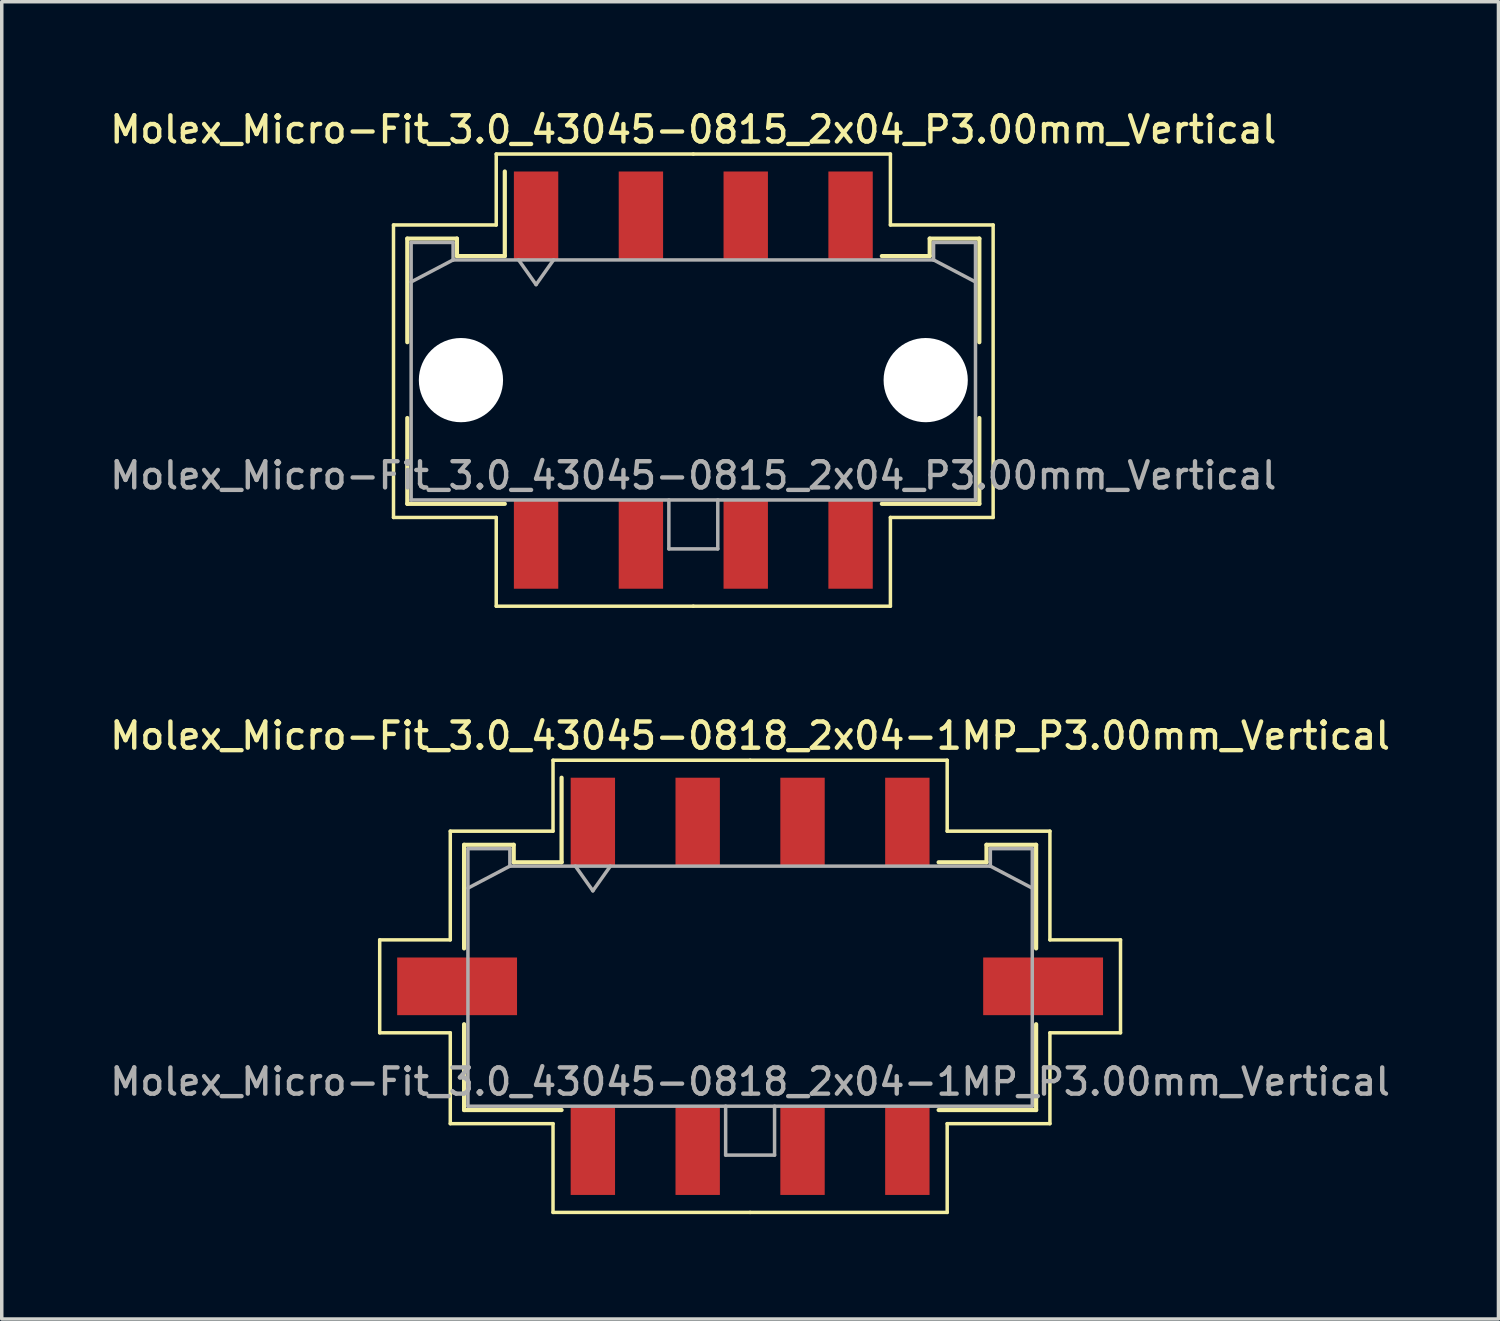
<source format=kicad_pcb>
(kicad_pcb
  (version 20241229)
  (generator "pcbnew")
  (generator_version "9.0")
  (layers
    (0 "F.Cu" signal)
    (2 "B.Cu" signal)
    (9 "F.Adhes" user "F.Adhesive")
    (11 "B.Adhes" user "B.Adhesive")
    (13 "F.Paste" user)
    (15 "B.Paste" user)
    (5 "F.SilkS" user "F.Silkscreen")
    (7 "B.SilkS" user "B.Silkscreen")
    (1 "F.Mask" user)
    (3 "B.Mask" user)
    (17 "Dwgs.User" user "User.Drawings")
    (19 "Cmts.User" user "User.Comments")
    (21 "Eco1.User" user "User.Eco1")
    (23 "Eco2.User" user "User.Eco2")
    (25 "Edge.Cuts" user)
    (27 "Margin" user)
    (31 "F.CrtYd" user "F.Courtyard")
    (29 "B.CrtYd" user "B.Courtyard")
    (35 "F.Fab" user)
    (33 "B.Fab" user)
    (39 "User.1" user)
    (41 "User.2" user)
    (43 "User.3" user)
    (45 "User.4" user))
  (footprint "Molex_Micro-Fit_3.0_43045-0818_2x04-1MP_P3.00mm_Vertical"
    (layer "F.Cu")
    (at 18.416 25.176)
    (property "Reference" "Molex_Micro-Fit_3.0_43045-0818_2x04-1MP_P3.00mm_Vertical" (at 0 -7.17 0) (layer "F.SilkS") (effects (font (size 0.75 0.75) (thickness 0.125))))
    (attr smd)
    (fp_line (start -10.6 -1.33) (end -10.6 1.33) (stroke (width 0.1) (type solid)) (layer "F.SilkS"))
    (fp_line (start -10.6 1.33) (end -8.58 1.33) (stroke (width 0.1) (type solid)) (layer "F.SilkS"))
    (fp_line (start -8.58 -4.44) (end -8.58 -1.33) (stroke (width 0.1) (type solid)) (layer "F.SilkS"))
    (fp_line (start -8.58 -1.33) (end -10.6 -1.33) (stroke (width 0.1) (type solid)) (layer "F.SilkS"))
    (fp_line (start -8.58 1.33) (end -8.58 3.93) (stroke (width 0.1) (type solid)) (layer "F.SilkS"))
    (fp_line (start -8.58 3.93) (end -5.64 3.93) (stroke (width 0.1) (type solid)) (layer "F.SilkS"))
    (fp_line (start -8.185 -4.05) (end -6.765 -4.05) (stroke (width 0.12) (type solid)) (layer "F.SilkS"))
    (fp_line (start -8.185 -1.085) (end -8.185 -4.05) (stroke (width 0.12) (type solid)) (layer "F.SilkS"))
    (fp_line (start -8.185 1.085) (end -8.185 3.54) (stroke (width 0.12) (type solid)) (layer "F.SilkS"))
    (fp_line (start -8.185 3.54) (end -5.395 3.54) (stroke (width 0.12) (type solid)) (layer "F.SilkS"))
    (fp_line (start -6.765 -4.05) (end -6.765 -3.55) (stroke (width 0.12) (type solid)) (layer "F.SilkS"))
    (fp_line (start -6.765 -3.55) (end -5.395 -3.55) (stroke (width 0.12) (type solid)) (layer "F.SilkS"))
    (fp_line (start -5.64 -6.47) (end -5.64 -4.44) (stroke (width 0.1) (type solid)) (layer "F.SilkS"))
    (fp_line (start -5.64 -4.44) (end -8.58 -4.44) (stroke (width 0.1) (type solid)) (layer "F.SilkS"))
    (fp_line (start -5.64 3.93) (end -5.64 6.47) (stroke (width 0.1) (type solid)) (layer "F.SilkS"))
    (fp_line (start -5.64 6.47) (end 0 6.47) (stroke (width 0.1) (type solid)) (layer "F.SilkS"))
    (fp_line (start -5.395 -3.55) (end -5.395 -5.97) (stroke (width 0.12) (type solid)) (layer "F.SilkS"))
    (fp_line (start 0 -6.47) (end -5.64 -6.47) (stroke (width 0.1) (type solid)) (layer "F.SilkS"))
    (fp_line (start 0 -6.47) (end 5.64 -6.47) (stroke (width 0.1) (type solid)) (layer "F.SilkS"))
    (fp_line (start 5.64 -6.47) (end 5.64 -4.44) (stroke (width 0.1) (type solid)) (layer "F.SilkS"))
    (fp_line (start 5.64 -4.44) (end 8.58 -4.44) (stroke (width 0.1) (type solid)) (layer "F.SilkS"))
    (fp_line (start 5.64 3.93) (end 5.64 6.47) (stroke (width 0.1) (type solid)) (layer "F.SilkS"))
    (fp_line (start 5.64 6.47) (end 0 6.47) (stroke (width 0.1) (type solid)) (layer "F.SilkS"))
    (fp_line (start 6.765 -4.05) (end 6.765 -3.55) (stroke (width 0.12) (type solid)) (layer "F.SilkS"))
    (fp_line (start 6.765 -3.55) (end 5.395 -3.55) (stroke (width 0.12) (type solid)) (layer "F.SilkS"))
    (fp_line (start 8.185 -4.05) (end 6.765 -4.05) (stroke (width 0.12) (type solid)) (layer "F.SilkS"))
    (fp_line (start 8.185 -1.085) (end 8.185 -4.05) (stroke (width 0.12) (type solid)) (layer "F.SilkS"))
    (fp_line (start 8.185 1.085) (end 8.185 3.54) (stroke (width 0.12) (type solid)) (layer "F.SilkS"))
    (fp_line (start 8.185 3.54) (end 5.395 3.54) (stroke (width 0.12) (type solid)) (layer "F.SilkS"))
    (fp_line (start 8.58 -4.44) (end 8.58 -1.33) (stroke (width 0.1) (type solid)) (layer "F.SilkS"))
    (fp_line (start 8.58 -1.33) (end 10.6 -1.33) (stroke (width 0.1) (type solid)) (layer "F.SilkS"))
    (fp_line (start 8.58 1.33) (end 8.58 3.93) (stroke (width 0.1) (type solid)) (layer "F.SilkS"))
    (fp_line (start 8.58 3.93) (end 5.64 3.93) (stroke (width 0.1) (type solid)) (layer "F.SilkS"))
    (fp_line (start 10.6 -1.33) (end 10.6 1.33) (stroke (width 0.1) (type solid)) (layer "F.SilkS"))
    (fp_line (start 10.6 1.33) (end 8.58 1.33) (stroke (width 0.1) (type solid)) (layer "F.SilkS"))
    (fp_line (start -8.075 -3.94) (end -8.075 3.43) (stroke (width 0.1) (type solid)) (layer "F.Fab"))
    (fp_line (start -8.075 -2.81) (end -6.875 -3.44) (stroke (width 0.1) (type solid)) (layer "F.Fab"))
    (fp_line (start -8.075 3.43) (end 8.075 3.43) (stroke (width 0.1) (type solid)) (layer "F.Fab"))
    (fp_line (start -6.875 -3.94) (end -8.075 -3.94) (stroke (width 0.1) (type solid)) (layer "F.Fab"))
    (fp_line (start -6.875 -3.44) (end -6.875 -3.94) (stroke (width 0.1) (type solid)) (layer "F.Fab"))
    (fp_line (start -5 -3.44) (end -4.5 -2.733) (stroke (width 0.1) (type solid)) (layer "F.Fab"))
    (fp_line (start -4.5 -2.733) (end -4 -3.44) (stroke (width 0.1) (type solid)) (layer "F.Fab"))
    (fp_line (start -0.7 3.43) (end -0.7 4.83) (stroke (width 0.1) (type solid)) (layer "F.Fab"))
    (fp_line (start -0.7 4.83) (end 0.7 4.83) (stroke (width 0.1) (type solid)) (layer "F.Fab"))
    (fp_line (start 0.7 4.83) (end 0.7 3.43) (stroke (width 0.1) (type solid)) (layer "F.Fab"))
    (fp_line (start 6.875 -3.94) (end 6.875 -3.44) (stroke (width 0.1) (type solid)) (layer "F.Fab"))
    (fp_line (start 6.875 -3.44) (end -6.875 -3.44) (stroke (width 0.1) (type solid)) (layer "F.Fab"))
    (fp_line (start 8.075 -3.94) (end 6.875 -3.94) (stroke (width 0.1) (type solid)) (layer "F.Fab"))
    (fp_line (start 8.075 -2.81) (end 6.875 -3.44) (stroke (width 0.1) (type solid)) (layer "F.Fab"))
    (fp_line (start 8.075 3.43) (end 8.075 -3.94) (stroke (width 0.1) (type solid)) (layer "F.Fab"))
    (fp_text user "${REFERENCE}" (at 0 2.73 0) (layer "F.Fab") (effects (font (size 0.75 0.75) (thickness 0.125))))
    (pad "1" smd rect (at -4.5 -4.7) (size 1.27 2.54) (layers "F.Cu" "F.Mask" "F.Paste"))
    (pad "2" smd rect (at -1.5 -4.7) (size 1.27 2.54) (layers "F.Cu" "F.Mask" "F.Paste"))
    (pad "3" smd rect (at 1.5 -4.7) (size 1.27 2.54) (layers "F.Cu" "F.Mask" "F.Paste"))
    (pad "4" smd rect (at 4.5 -4.7) (size 1.27 2.54) (layers "F.Cu" "F.Mask" "F.Paste"))
    (pad "5" smd rect (at -4.5 4.7) (size 1.27 2.54) (layers "F.Cu" "F.Mask" "F.Paste"))
    (pad "6" smd rect (at -1.5 4.7) (size 1.27 2.54) (layers "F.Cu" "F.Mask" "F.Paste"))
    (pad "7" smd rect (at 1.5 4.7) (size 1.27 2.54) (layers "F.Cu" "F.Mask" "F.Paste"))
    (pad "8" smd rect (at 4.5 4.7) (size 1.27 2.54) (layers "F.Cu" "F.Mask" "F.Paste"))
    (pad "MP" smd rect (at -8.385 0) (size 3.43 1.65) (layers "F.Cu" "F.Mask" "F.Paste"))
    (pad "MP" smd rect (at 8.385 0) (size 3.43 1.65) (layers "F.Cu" "F.Mask" "F.Paste")))
  (footprint "Molex_Micro-Fit_3.0_43045-0815_2x04_P3.00mm_Vertical"
    (layer "F.Cu")
    (at 16.791 7.828)
    (property "Reference" "Molex_Micro-Fit_3.0_43045-0815_2x04_P3.00mm_Vertical" (at 0 -7.17 0) (layer "F.SilkS") (effects (font (size 0.75 0.75) (thickness 0.125))))
    (attr smd)
    (fp_line (start -8.58 -4.44) (end -8.58 3.93) (stroke (width 0.1) (type solid)) (layer "F.SilkS"))
    (fp_line (start -8.58 3.93) (end -5.64 3.93) (stroke (width 0.1) (type solid)) (layer "F.SilkS"))
    (fp_line (start -8.185 -4.05) (end -6.765 -4.05) (stroke (width 0.12) (type solid)) (layer "F.SilkS"))
    (fp_line (start -8.185 -1.085) (end -8.185 -4.05) (stroke (width 0.12) (type solid)) (layer "F.SilkS"))
    (fp_line (start -8.185 1.085) (end -8.185 3.54) (stroke (width 0.12) (type solid)) (layer "F.SilkS"))
    (fp_line (start -8.185 3.54) (end -5.395 3.54) (stroke (width 0.12) (type solid)) (layer "F.SilkS"))
    (fp_line (start -6.765 -4.05) (end -6.765 -3.55) (stroke (width 0.12) (type solid)) (layer "F.SilkS"))
    (fp_line (start -6.765 -3.55) (end -5.395 -3.55) (stroke (width 0.12) (type solid)) (layer "F.SilkS"))
    (fp_line (start -5.64 -6.47) (end -5.64 -4.44) (stroke (width 0.1) (type solid)) (layer "F.SilkS"))
    (fp_line (start -5.64 -4.44) (end -8.58 -4.44) (stroke (width 0.1) (type solid)) (layer "F.SilkS"))
    (fp_line (start -5.64 3.93) (end -5.64 6.47) (stroke (width 0.1) (type solid)) (layer "F.SilkS"))
    (fp_line (start -5.64 6.47) (end 0 6.47) (stroke (width 0.1) (type solid)) (layer "F.SilkS"))
    (fp_line (start -5.395 -3.55) (end -5.395 -5.97) (stroke (width 0.12) (type solid)) (layer "F.SilkS"))
    (fp_line (start 0 -6.47) (end -5.64 -6.47) (stroke (width 0.1) (type solid)) (layer "F.SilkS"))
    (fp_line (start 0 -6.47) (end 5.64 -6.47) (stroke (width 0.1) (type solid)) (layer "F.SilkS"))
    (fp_line (start 5.64 -6.47) (end 5.64 -4.44) (stroke (width 0.1) (type solid)) (layer "F.SilkS"))
    (fp_line (start 5.64 -4.44) (end 8.58 -4.44) (stroke (width 0.1) (type solid)) (layer "F.SilkS"))
    (fp_line (start 5.64 3.93) (end 5.64 6.47) (stroke (width 0.1) (type solid)) (layer "F.SilkS"))
    (fp_line (start 5.64 6.47) (end 0 6.47) (stroke (width 0.1) (type solid)) (layer "F.SilkS"))
    (fp_line (start 6.765 -4.05) (end 6.765 -3.55) (stroke (width 0.12) (type solid)) (layer "F.SilkS"))
    (fp_line (start 6.765 -3.55) (end 5.395 -3.55) (stroke (width 0.12) (type solid)) (layer "F.SilkS"))
    (fp_line (start 8.185 -4.05) (end 6.765 -4.05) (stroke (width 0.12) (type solid)) (layer "F.SilkS"))
    (fp_line (start 8.185 -1.085) (end 8.185 -4.05) (stroke (width 0.12) (type solid)) (layer "F.SilkS"))
    (fp_line (start 8.185 1.085) (end 8.185 3.54) (stroke (width 0.12) (type solid)) (layer "F.SilkS"))
    (fp_line (start 8.185 3.54) (end 5.395 3.54) (stroke (width 0.12) (type solid)) (layer "F.SilkS"))
    (fp_line (start 8.58 -4.44) (end 8.58 3.93) (stroke (width 0.1) (type solid)) (layer "F.SilkS"))
    (fp_line (start 8.58 3.93) (end 5.64 3.93) (stroke (width 0.1) (type solid)) (layer "F.SilkS"))
    (fp_line (start -8.075 -3.94) (end -8.075 3.43) (stroke (width 0.1) (type solid)) (layer "F.Fab"))
    (fp_line (start -8.075 -2.81) (end -6.875 -3.44) (stroke (width 0.1) (type solid)) (layer "F.Fab"))
    (fp_line (start -8.075 3.43) (end 8.075 3.43) (stroke (width 0.1) (type solid)) (layer "F.Fab"))
    (fp_line (start -6.875 -3.94) (end -8.075 -3.94) (stroke (width 0.1) (type solid)) (layer "F.Fab"))
    (fp_line (start -6.875 -3.44) (end -6.875 -3.94) (stroke (width 0.1) (type solid)) (layer "F.Fab"))
    (fp_line (start -5 -3.44) (end -4.5 -2.733) (stroke (width 0.1) (type solid)) (layer "F.Fab"))
    (fp_line (start -4.5 -2.733) (end -4 -3.44) (stroke (width 0.1) (type solid)) (layer "F.Fab"))
    (fp_line (start -0.7 3.43) (end -0.7 4.83) (stroke (width 0.1) (type solid)) (layer "F.Fab"))
    (fp_line (start -0.7 4.83) (end 0.7 4.83) (stroke (width 0.1) (type solid)) (layer "F.Fab"))
    (fp_line (start 0.7 4.83) (end 0.7 3.43) (stroke (width 0.1) (type solid)) (layer "F.Fab"))
    (fp_line (start 6.875 -3.94) (end 6.875 -3.44) (stroke (width 0.1) (type solid)) (layer "F.Fab"))
    (fp_line (start 6.875 -3.44) (end -6.875 -3.44) (stroke (width 0.1) (type solid)) (layer "F.Fab"))
    (fp_line (start 8.075 -3.94) (end 6.875 -3.94) (stroke (width 0.1) (type solid)) (layer "F.Fab"))
    (fp_line (start 8.075 -2.81) (end 6.875 -3.44) (stroke (width 0.1) (type solid)) (layer "F.Fab"))
    (fp_line (start 8.075 3.43) (end 8.075 -3.94) (stroke (width 0.1) (type solid)) (layer "F.Fab"))
    (fp_text user "${REFERENCE}" (at 0 2.73 0) (layer "F.Fab") (effects (font (size 0.75 0.75) (thickness 0.125))))
    (pad "" np_thru_hole circle (at -6.65 0) (size 2.41 2.41) (drill 2.41) (layers "*.Cu" "*.Mask"))
    (pad "" np_thru_hole circle (at 6.65 0) (size 2.41 2.41) (drill 2.41) (layers "*.Cu" "*.Mask"))
    (pad "1" smd rect (at -4.5 -4.7) (size 1.27 2.54) (layers "F.Cu" "F.Mask" "F.Paste"))
    (pad "2" smd rect (at -1.5 -4.7) (size 1.27 2.54) (layers "F.Cu" "F.Mask" "F.Paste"))
    (pad "3" smd rect (at 1.5 -4.7) (size 1.27 2.54) (layers "F.Cu" "F.Mask" "F.Paste"))
    (pad "4" smd rect (at 4.5 -4.7) (size 1.27 2.54) (layers "F.Cu" "F.Mask" "F.Paste"))
    (pad "5" smd rect (at -4.5 4.7) (size 1.27 2.54) (layers "F.Cu" "F.Mask" "F.Paste"))
    (pad "6" smd rect (at -1.5 4.7) (size 1.27 2.54) (layers "F.Cu" "F.Mask" "F.Paste"))
    (pad "7" smd rect (at 1.5 4.7) (size 1.27 2.54) (layers "F.Cu" "F.Mask" "F.Paste"))
    (pad "8" smd rect (at 4.5 4.7) (size 1.27 2.54) (layers "F.Cu" "F.Mask" "F.Paste")))
  (gr_rect
    (start -3 -3)
    (end 39.832 34.696)
    (stroke (width 0.1) (type default))
    (fill no)
    (layer "Edge.Cuts")))
</source>
